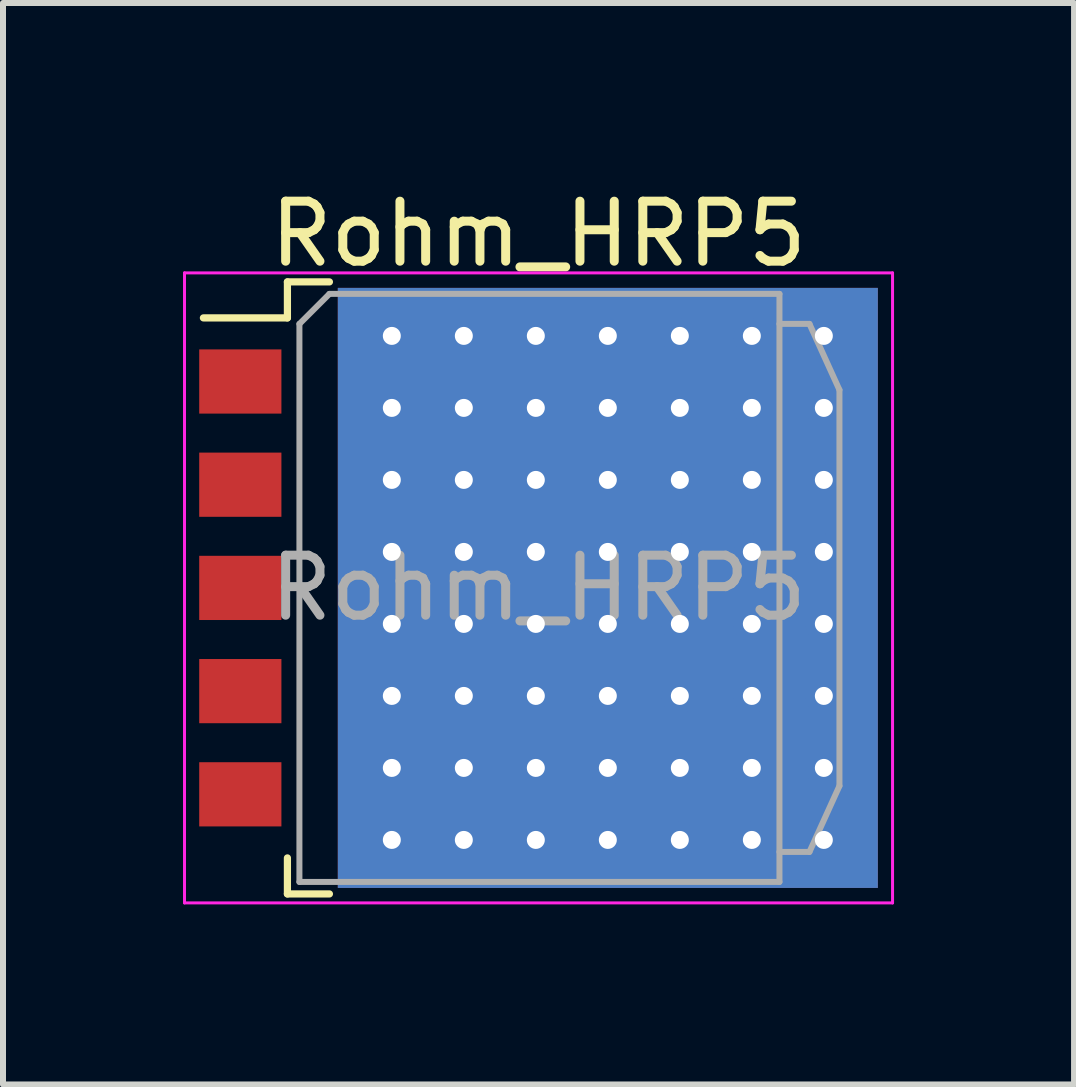
<source format=kicad_pcb>
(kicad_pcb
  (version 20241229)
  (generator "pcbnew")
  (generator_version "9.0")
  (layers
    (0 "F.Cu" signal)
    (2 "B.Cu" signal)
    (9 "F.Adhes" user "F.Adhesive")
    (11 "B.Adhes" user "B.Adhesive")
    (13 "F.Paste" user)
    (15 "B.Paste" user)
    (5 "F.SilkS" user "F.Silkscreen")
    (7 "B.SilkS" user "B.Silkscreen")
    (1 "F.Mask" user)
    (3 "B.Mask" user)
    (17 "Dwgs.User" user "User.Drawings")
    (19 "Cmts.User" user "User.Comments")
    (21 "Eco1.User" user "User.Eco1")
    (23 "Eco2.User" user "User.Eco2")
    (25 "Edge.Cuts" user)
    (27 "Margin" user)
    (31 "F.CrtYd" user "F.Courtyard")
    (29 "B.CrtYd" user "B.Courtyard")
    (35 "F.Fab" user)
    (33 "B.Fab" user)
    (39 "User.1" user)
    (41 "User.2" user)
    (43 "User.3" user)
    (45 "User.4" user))
  (footprint "Rohm_HRP5"
    (layer "F.Cu")
    (at 5.925 6.748)
    (property "Reference" "Rohm_HRP5" (at 0 -5.9 0) (layer "F.SilkS") (effects (font (size 1 1) (thickness 0.15))))
    (attr smd)
    (fp_line (start -5.585 -4.5) (end -4.185 -4.5) (stroke (width 0.12) (type solid)) (layer "F.SilkS"))
    (fp_line (start -4.185 -5.1) (end -3.485 -5.1) (stroke (width 0.12) (type solid)) (layer "F.SilkS"))
    (fp_line (start -4.185 -4.5) (end -4.185 -5.1) (stroke (width 0.12) (type solid)) (layer "F.SilkS"))
    (fp_line (start -4.185 5.1) (end -4.185 4.5) (stroke (width 0.12) (type solid)) (layer "F.SilkS"))
    (fp_line (start -3.485 5.1) (end -4.185 5.1) (stroke (width 0.12) (type solid)) (layer "F.SilkS"))
    (fp_line (start -5.9 -5.25) (end -5.9 5.25) (stroke (width 0.05) (type solid)) (layer "F.CrtYd"))
    (fp_line (start -5.9 -5.25) (end 5.9 -5.25) (stroke (width 0.05) (type solid)) (layer "F.CrtYd"))
    (fp_line (start 5.9 5.25) (end -5.9 5.25) (stroke (width 0.05) (type solid)) (layer "F.CrtYd"))
    (fp_line (start 5.9 5.25) (end 5.9 -5.25) (stroke (width 0.05) (type solid)) (layer "F.CrtYd"))
    (fp_line (start -3.985 -4.4) (end -3.485 -4.9) (stroke (width 0.1) (type solid)) (layer "F.Fab"))
    (fp_line (start -3.985 4.9) (end -3.985 -4.4) (stroke (width 0.1) (type solid)) (layer "F.Fab"))
    (fp_line (start -3.485 -4.9) (end 4.015 -4.9) (stroke (width 0.1) (type solid)) (layer "F.Fab"))
    (fp_line (start 4.015 -4.9) (end 4.015 4.9) (stroke (width 0.1) (type solid)) (layer "F.Fab"))
    (fp_line (start 4.015 -4.4) (end 4.515 -4.4) (stroke (width 0.1) (type solid)) (layer "F.Fab"))
    (fp_line (start 4.015 4.9) (end -3.985 4.9) (stroke (width 0.1) (type solid)) (layer "F.Fab"))
    (fp_line (start 4.515 -4.4) (end 5.015 -3.3) (stroke (width 0.1) (type solid)) (layer "F.Fab"))
    (fp_line (start 4.515 4.4) (end 4.015 4.4) (stroke (width 0.1) (type solid)) (layer "F.Fab"))
    (fp_line (start 5.015 -3.3) (end 5.015 3.3) (stroke (width 0.1) (type solid)) (layer "F.Fab"))
    (fp_line (start 5.015 3.3) (end 4.515 4.4) (stroke (width 0.1) (type solid)) (layer "F.Fab"))
    (fp_text user "${REFERENCE}" (at 0 0 0) (layer "F.Fab") (effects (font (size 1 1) (thickness 0.15))))
    (pad "1" smd rect (at -4.97 -3.44) (size 1.37 1.07) (layers "F.Cu" "F.Mask" "F.Paste"))
    (pad "2" smd rect (at -4.97 -1.72) (size 1.37 1.07) (layers "F.Cu" "F.Mask" "F.Paste"))
    (pad "3" smd rect (at -4.97 0) (size 1.37 1.07) (layers "F.Cu" "F.Mask" "F.Paste"))
    (pad "3" thru_hole circle (at -2.445 -4.2) (size 0.6 0.6) (drill 0.3) (layers "*.Cu" "F.Mask"))
    (pad "3" thru_hole circle (at -2.445 -3) (size 0.6 0.6) (drill 0.3) (layers "*.Cu" "F.Mask"))
    (pad "3" thru_hole circle (at -2.445 -1.8) (size 0.6 0.6) (drill 0.3) (layers "*.Cu" "F.Mask"))
    (pad "3" thru_hole circle (at -2.445 -0.6) (size 0.6 0.6) (drill 0.3) (layers "*.Cu" "F.Mask"))
    (pad "3" thru_hole circle (at -2.445 0.6) (size 0.6 0.6) (drill 0.3) (layers "*.Cu" "F.Mask"))
    (pad "3" thru_hole circle (at -2.445 1.8) (size 0.6 0.6) (drill 0.3) (layers "*.Cu" "F.Mask"))
    (pad "3" thru_hole circle (at -2.445 3) (size 0.6 0.6) (drill 0.3) (layers "*.Cu" "F.Mask"))
    (pad "3" thru_hole circle (at -2.445 4.2) (size 0.6 0.6) (drill 0.3) (layers "*.Cu" "F.Mask"))
    (pad "3" thru_hole circle (at -1.245 -4.2) (size 0.6 0.6) (drill 0.3) (layers "*.Cu" "F.Mask"))
    (pad "3" thru_hole circle (at -1.245 -3) (size 0.6 0.6) (drill 0.3) (layers "*.Cu" "F.Mask"))
    (pad "3" thru_hole circle (at -1.245 -1.8) (size 0.6 0.6) (drill 0.3) (layers "*.Cu" "F.Mask"))
    (pad "3" thru_hole circle (at -1.245 -0.6) (size 0.6 0.6) (drill 0.3) (layers "*.Cu" "F.Mask"))
    (pad "3" thru_hole circle (at -1.245 0.6) (size 0.6 0.6) (drill 0.3) (layers "*.Cu" "F.Mask"))
    (pad "3" thru_hole circle (at -1.245 1.8) (size 0.6 0.6) (drill 0.3) (layers "*.Cu" "F.Mask"))
    (pad "3" thru_hole circle (at -1.245 3) (size 0.6 0.6) (drill 0.3) (layers "*.Cu" "F.Mask"))
    (pad "3" thru_hole circle (at -1.245 4.2) (size 0.6 0.6) (drill 0.3) (layers "*.Cu" "F.Mask"))
    (pad "3" smd rect (at -1.095 -2.5) (size 4 4.5) (layers "F.Cu" "F.Paste"))
    (pad "3" smd rect (at -1.095 2.5) (size 4 4.5) (layers "F.Cu" "F.Mask" "F.Paste"))
    (pad "3" thru_hole circle (at -0.045 -4.2) (size 0.6 0.6) (drill 0.3) (layers "*.Cu" "F.Mask"))
    (pad "3" thru_hole circle (at -0.045 -3) (size 0.6 0.6) (drill 0.3) (layers "*.Cu" "F.Mask"))
    (pad "3" thru_hole circle (at -0.045 -1.8) (size 0.6 0.6) (drill 0.3) (layers "*.Cu" "F.Mask"))
    (pad "3" thru_hole circle (at -0.045 -0.6) (size 0.6 0.6) (drill 0.3) (layers "*.Cu" "F.Mask"))
    (pad "3" thru_hole circle (at -0.045 0.6) (size 0.6 0.6) (drill 0.3) (layers "*.Cu" "F.Mask"))
    (pad "3" thru_hole circle (at -0.045 1.8) (size 0.6 0.6) (drill 0.3) (layers "*.Cu" "F.Mask"))
    (pad "3" thru_hole circle (at -0.045 3) (size 0.6 0.6) (drill 0.3) (layers "*.Cu" "F.Mask"))
    (pad "3" thru_hole circle (at -0.045 4.2) (size 0.6 0.6) (drill 0.3) (layers "*.Cu" "F.Mask"))
    (pad "3" thru_hole circle (at 1.155 -4.2) (size 0.6 0.6) (drill 0.3) (layers "*.Cu" "F.Mask"))
    (pad "3" thru_hole circle (at 1.155 -3) (size 0.6 0.6) (drill 0.3) (layers "*.Cu" "F.Mask"))
    (pad "3" thru_hole circle (at 1.155 -1.8) (size 0.6 0.6) (drill 0.3) (layers "*.Cu" "F.Mask"))
    (pad "3" thru_hole circle (at 1.155 -0.6) (size 0.6 0.6) (drill 0.3) (layers "*.Cu" "F.Mask"))
    (pad "3" smd rect (at 1.155 0) (size 9 10) (layers "F.Cu" "F.Mask"))
    (pad "3" smd rect (at 1.155 0) (size 9 10) (layers "B.Cu"))
    (pad "3" thru_hole circle (at 1.155 0.6) (size 0.6 0.6) (drill 0.3) (layers "*.Cu" "F.Mask"))
    (pad "3" thru_hole circle (at 1.155 1.8) (size 0.6 0.6) (drill 0.3) (layers "*.Cu" "F.Mask"))
    (pad "3" thru_hole circle (at 1.155 3) (size 0.6 0.6) (drill 0.3) (layers "*.Cu" "F.Mask"))
    (pad "3" thru_hole circle (at 1.155 4.2) (size 0.6 0.6) (drill 0.3) (layers "*.Cu" "F.Mask"))
    (pad "3" thru_hole circle (at 2.355 -4.2) (size 0.6 0.6) (drill 0.3) (layers "*.Cu" "F.Mask"))
    (pad "3" thru_hole circle (at 2.355 -3) (size 0.6 0.6) (drill 0.3) (layers "*.Cu" "F.Mask"))
    (pad "3" thru_hole circle (at 2.355 -1.8) (size 0.6 0.6) (drill 0.3) (layers "*.Cu" "F.Mask"))
    (pad "3" thru_hole circle (at 2.355 -0.6) (size 0.6 0.6) (drill 0.3) (layers "*.Cu" "F.Mask"))
    (pad "3" thru_hole circle (at 2.355 0.6) (size 0.6 0.6) (drill 0.3) (layers "*.Cu" "F.Mask"))
    (pad "3" thru_hole circle (at 2.355 1.8) (size 0.6 0.6) (drill 0.3) (layers "*.Cu" "F.Mask"))
    (pad "3" thru_hole circle (at 2.355 3) (size 0.6 0.6) (drill 0.3) (layers "*.Cu" "F.Mask"))
    (pad "3" thru_hole circle (at 2.355 4.2) (size 0.6 0.6) (drill 0.3) (layers "*.Cu" "F.Mask"))
    (pad "3" smd rect (at 3.405 -2.5) (size 4 4.5) (layers "F.Cu" "F.Mask" "F.Paste"))
    (pad "3" smd rect (at 3.405 2.5) (size 4 4.5) (layers "F.Cu" "F.Mask" "F.Paste"))
    (pad "3" thru_hole circle (at 3.555 -4.2) (size 0.6 0.6) (drill 0.3) (layers "*.Cu" "F.Mask"))
    (pad "3" thru_hole circle (at 3.555 -3) (size 0.6 0.6) (drill 0.3) (layers "*.Cu" "F.Mask"))
    (pad "3" thru_hole circle (at 3.555 -1.8) (size 0.6 0.6) (drill 0.3) (layers "*.Cu" "F.Mask"))
    (pad "3" thru_hole circle (at 3.555 -0.6) (size 0.6 0.6) (drill 0.3) (layers "*.Cu" "F.Mask"))
    (pad "3" thru_hole circle (at 3.555 0.6) (size 0.6 0.6) (drill 0.3) (layers "*.Cu" "F.Mask"))
    (pad "3" thru_hole circle (at 3.555 1.8) (size 0.6 0.6) (drill 0.3) (layers "*.Cu" "F.Mask"))
    (pad "3" thru_hole circle (at 3.555 3) (size 0.6 0.6) (drill 0.3) (layers "*.Cu" "F.Mask"))
    (pad "3" thru_hole circle (at 3.555 4.2) (size 0.6 0.6) (drill 0.3) (layers "*.Cu" "F.Mask"))
    (pad "3" thru_hole circle (at 4.755 -4.2) (size 0.6 0.6) (drill 0.3) (layers "*.Cu" "F.Mask"))
    (pad "3" thru_hole circle (at 4.755 -3) (size 0.6 0.6) (drill 0.3) (layers "*.Cu" "F.Mask"))
    (pad "3" thru_hole circle (at 4.755 -1.8) (size 0.6 0.6) (drill 0.3) (layers "*.Cu" "F.Mask"))
    (pad "3" thru_hole circle (at 4.755 -0.6) (size 0.6 0.6) (drill 0.3) (layers "*.Cu" "F.Mask"))
    (pad "3" thru_hole circle (at 4.755 0.6) (size 0.6 0.6) (drill 0.3) (layers "*.Cu" "F.Mask"))
    (pad "3" thru_hole circle (at 4.755 1.8) (size 0.6 0.6) (drill 0.3) (layers "*.Cu" "F.Mask"))
    (pad "3" thru_hole circle (at 4.755 3) (size 0.6 0.6) (drill 0.3) (layers "*.Cu" "F.Mask"))
    (pad "3" thru_hole circle (at 4.755 4.2) (size 0.6 0.6) (drill 0.3) (layers "*.Cu" "F.Mask"))
    (pad "4" smd rect (at -4.97 1.72) (size 1.37 1.07) (layers "F.Cu" "F.Mask" "F.Paste"))
    (pad "5" smd rect (at -4.97 3.44) (size 1.37 1.07) (layers "F.Cu" "F.Mask" "F.Paste")))
  (gr_rect
    (start -3 -3)
    (end 14.85 15.023)
    (stroke (width 0.1) (type default))
    (fill no)
    (layer "Edge.Cuts")))
</source>
